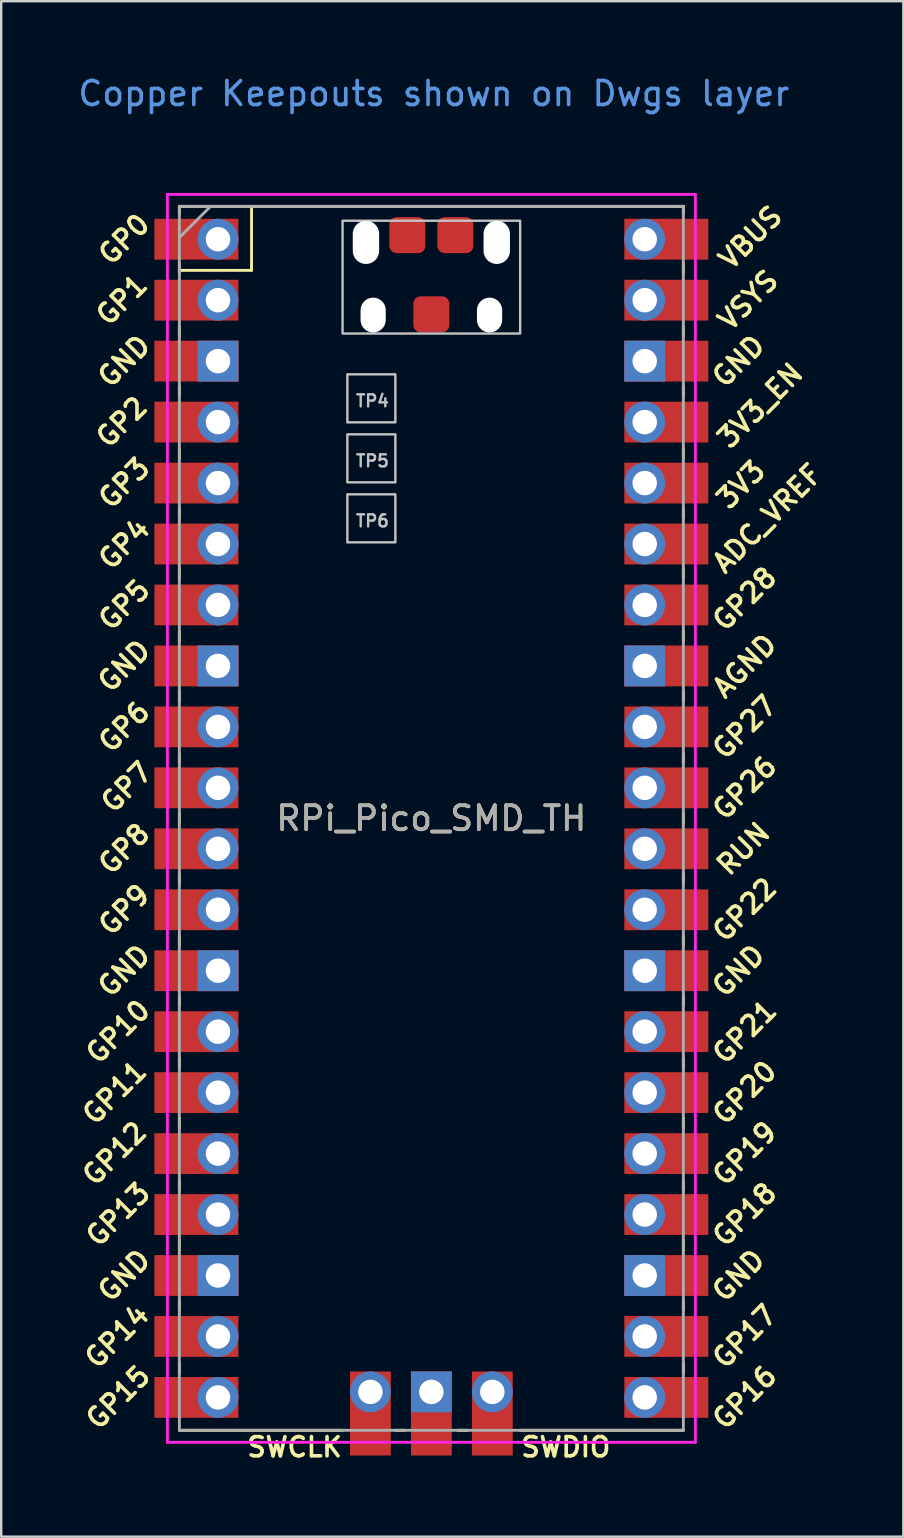
<source format=kicad_pcb>
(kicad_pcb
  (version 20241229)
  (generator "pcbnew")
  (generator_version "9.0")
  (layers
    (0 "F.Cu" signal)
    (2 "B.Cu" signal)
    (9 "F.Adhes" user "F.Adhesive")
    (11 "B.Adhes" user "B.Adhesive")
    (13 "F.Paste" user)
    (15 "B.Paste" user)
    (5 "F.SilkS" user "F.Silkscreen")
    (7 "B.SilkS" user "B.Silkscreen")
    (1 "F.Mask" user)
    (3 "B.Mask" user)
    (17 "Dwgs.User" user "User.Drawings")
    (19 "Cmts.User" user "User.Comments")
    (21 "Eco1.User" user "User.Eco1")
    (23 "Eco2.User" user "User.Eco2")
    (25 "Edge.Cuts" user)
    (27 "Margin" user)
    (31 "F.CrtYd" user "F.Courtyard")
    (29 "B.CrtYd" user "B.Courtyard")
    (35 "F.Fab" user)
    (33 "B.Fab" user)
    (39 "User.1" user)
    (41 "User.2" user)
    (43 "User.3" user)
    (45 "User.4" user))
  (footprint "RPi_Pico_SMD_TH"
    (layer "F.Cu")
    (at 14.924 31.048)
    (property "Reference" "RPi_Pico_SMD_TH" (at 0 0 0) (layer "F.SilkS") (effects (font (size 1 1) (thickness 0.15))))
    (fp_line (start -10.5 -25.5) (end -10.5 -25.2) (stroke (width 0.12) (type solid)) (layer "F.SilkS"))
    (fp_line (start -10.5 -25.5) (end 10.5 -25.5) (stroke (width 0.12) (type solid)) (layer "F.SilkS"))
    (fp_line (start -10.5 -23.1) (end -10.5 -22.7) (stroke (width 0.12) (type solid)) (layer "F.SilkS"))
    (fp_line (start -10.5 -22.833) (end -7.493 -22.833) (stroke (width 0.12) (type solid)) (layer "F.SilkS"))
    (fp_line (start -10.5 -20.5) (end -10.5 -20.1) (stroke (width 0.12) (type solid)) (layer "F.SilkS"))
    (fp_line (start -10.5 -18) (end -10.5 -17.6) (stroke (width 0.12) (type solid)) (layer "F.SilkS"))
    (fp_line (start -10.5 -15.4) (end -10.5 -15) (stroke (width 0.12) (type solid)) (layer "F.SilkS"))
    (fp_line (start -10.5 -12.9) (end -10.5 -12.5) (stroke (width 0.12) (type solid)) (layer "F.SilkS"))
    (fp_line (start -10.5 -10.4) (end -10.5 -10) (stroke (width 0.12) (type solid)) (layer "F.SilkS"))
    (fp_line (start -10.5 -7.8) (end -10.5 -7.4) (stroke (width 0.12) (type solid)) (layer "F.SilkS"))
    (fp_line (start -10.5 -5.3) (end -10.5 -4.9) (stroke (width 0.12) (type solid)) (layer "F.SilkS"))
    (fp_line (start -10.5 -2.7) (end -10.5 -2.3) (stroke (width 0.12) (type solid)) (layer "F.SilkS"))
    (fp_line (start -10.5 -0.2) (end -10.5 0.2) (stroke (width 0.12) (type solid)) (layer "F.SilkS"))
    (fp_line (start -10.5 2.3) (end -10.5 2.7) (stroke (width 0.12) (type solid)) (layer "F.SilkS"))
    (fp_line (start -10.5 4.9) (end -10.5 5.3) (stroke (width 0.12) (type solid)) (layer "F.SilkS"))
    (fp_line (start -10.5 7.4) (end -10.5 7.8) (stroke (width 0.12) (type solid)) (layer "F.SilkS"))
    (fp_line (start -10.5 10) (end -10.5 10.4) (stroke (width 0.12) (type solid)) (layer "F.SilkS"))
    (fp_line (start -10.5 12.5) (end -10.5 12.9) (stroke (width 0.12) (type solid)) (layer "F.SilkS"))
    (fp_line (start -10.5 15.1) (end -10.5 15.5) (stroke (width 0.12) (type solid)) (layer "F.SilkS"))
    (fp_line (start -10.5 17.6) (end -10.5 18) (stroke (width 0.12) (type solid)) (layer "F.SilkS"))
    (fp_line (start -10.5 20.1) (end -10.5 20.5) (stroke (width 0.12) (type solid)) (layer "F.SilkS"))
    (fp_line (start -10.5 22.7) (end -10.5 23.1) (stroke (width 0.12) (type solid)) (layer "F.SilkS"))
    (fp_line (start -7.493 -22.833) (end -7.493 -25.5) (stroke (width 0.12) (type solid)) (layer "F.SilkS"))
    (fp_line (start -3.7 25.5) (end -10.5 25.5) (stroke (width 0.12) (type solid)) (layer "F.SilkS"))
    (fp_line (start -1.5 25.5) (end -1.1 25.5) (stroke (width 0.12) (type solid)) (layer "F.SilkS"))
    (fp_line (start 1.1 25.5) (end 1.5 25.5) (stroke (width 0.12) (type solid)) (layer "F.SilkS"))
    (fp_line (start 10.5 -25.5) (end 10.5 -25.2) (stroke (width 0.12) (type solid)) (layer "F.SilkS"))
    (fp_line (start 10.5 -23.1) (end 10.5 -22.7) (stroke (width 0.12) (type solid)) (layer "F.SilkS"))
    (fp_line (start 10.5 -20.5) (end 10.5 -20.1) (stroke (width 0.12) (type solid)) (layer "F.SilkS"))
    (fp_line (start 10.5 -18) (end 10.5 -17.6) (stroke (width 0.12) (type solid)) (layer "F.SilkS"))
    (fp_line (start 10.5 -15.4) (end 10.5 -15) (stroke (width 0.12) (type solid)) (layer "F.SilkS"))
    (fp_line (start 10.5 -12.9) (end 10.5 -12.5) (stroke (width 0.12) (type solid)) (layer "F.SilkS"))
    (fp_line (start 10.5 -10.4) (end 10.5 -10) (stroke (width 0.12) (type solid)) (layer "F.SilkS"))
    (fp_line (start 10.5 -7.8) (end 10.5 -7.4) (stroke (width 0.12) (type solid)) (layer "F.SilkS"))
    (fp_line (start 10.5 -5.3) (end 10.5 -4.9) (stroke (width 0.12) (type solid)) (layer "F.SilkS"))
    (fp_line (start 10.5 -2.7) (end 10.5 -2.3) (stroke (width 0.12) (type solid)) (layer "F.SilkS"))
    (fp_line (start 10.5 -0.2) (end 10.5 0.2) (stroke (width 0.12) (type solid)) (layer "F.SilkS"))
    (fp_line (start 10.5 2.3) (end 10.5 2.7) (stroke (width 0.12) (type solid)) (layer "F.SilkS"))
    (fp_line (start 10.5 4.9) (end 10.5 5.3) (stroke (width 0.12) (type solid)) (layer "F.SilkS"))
    (fp_line (start 10.5 7.4) (end 10.5 7.8) (stroke (width 0.12) (type solid)) (layer "F.SilkS"))
    (fp_line (start 10.5 10) (end 10.5 10.4) (stroke (width 0.12) (type solid)) (layer "F.SilkS"))
    (fp_line (start 10.5 12.5) (end 10.5 12.9) (stroke (width 0.12) (type solid)) (layer "F.SilkS"))
    (fp_line (start 10.5 15.1) (end 10.5 15.5) (stroke (width 0.12) (type solid)) (layer "F.SilkS"))
    (fp_line (start 10.5 17.6) (end 10.5 18) (stroke (width 0.12) (type solid)) (layer "F.SilkS"))
    (fp_line (start 10.5 20.1) (end 10.5 20.5) (stroke (width 0.12) (type solid)) (layer "F.SilkS"))
    (fp_line (start 10.5 22.7) (end 10.5 23.1) (stroke (width 0.12) (type solid)) (layer "F.SilkS"))
    (fp_line (start 10.5 25.5) (end 3.7 25.5) (stroke (width 0.12) (type solid)) (layer "F.SilkS"))
    (fp_poly (pts (xy -1.5 -16.5) (xy -3.5 -16.5) (xy -3.5 -18.5) (xy -1.5 -18.5)) (stroke (width 0.1) (type solid)) (fill no) (layer "Dwgs.User"))
    (fp_poly (pts (xy -1.5 -14) (xy -3.5 -14) (xy -3.5 -16) (xy -1.5 -16)) (stroke (width 0.1) (type solid)) (fill no) (layer "Dwgs.User"))
    (fp_poly (pts (xy -1.5 -11.5) (xy -3.5 -11.5) (xy -3.5 -13.5) (xy -1.5 -13.5)) (stroke (width 0.1) (type solid)) (fill no) (layer "Dwgs.User"))
    (fp_poly (pts (xy 3.7 -20.2) (xy -3.7 -20.2) (xy -3.7 -24.9) (xy 3.7 -24.9)) (stroke (width 0.1) (type solid)) (fill no) (layer "Dwgs.User"))
    (fp_line (start -11 -26) (end 11 -26) (stroke (width 0.12) (type solid)) (layer "F.CrtYd"))
    (fp_line (start -11 26) (end -11 -26) (stroke (width 0.12) (type solid)) (layer "F.CrtYd"))
    (fp_line (start 11 -26) (end 11 26) (stroke (width 0.12) (type solid)) (layer "F.CrtYd"))
    (fp_line (start 11 26) (end -11 26) (stroke (width 0.12) (type solid)) (layer "F.CrtYd"))
    (fp_line (start -10.5 -25.5) (end 10.5 -25.5) (stroke (width 0.12) (type solid)) (layer "F.Fab"))
    (fp_line (start -10.5 -24.2) (end -9.2 -25.5) (stroke (width 0.12) (type solid)) (layer "F.Fab"))
    (fp_line (start -10.5 25.5) (end -10.5 -25.5) (stroke (width 0.12) (type solid)) (layer "F.Fab"))
    (fp_line (start 10.5 -25.5) (end 10.5 25.5) (stroke (width 0.12) (type solid)) (layer "F.Fab"))
    (fp_line (start 10.5 25.5) (end -10.5 25.5) (stroke (width 0.12) (type solid)) (layer "F.Fab"))
    (fp_text user "GP20" (at 13.054 11.43 45) (layer "F.SilkS") (effects (font (size 0.8 0.8) (thickness 0.15))))
    (fp_text user "GP26" (at 13.054 -1.27 45) (layer "F.SilkS") (effects (font (size 0.8 0.8) (thickness 0.15))))
    (fp_text user "GP15" (at -13.054 24.13 45) (layer "F.SilkS") (effects (font (size 0.8 0.8) (thickness 0.15))))
    (fp_text user "3V3_EN" (at 13.7 -17.2 45) (layer "F.SilkS") (effects (font (size 0.8 0.8) (thickness 0.15))))
    (fp_text user "GP9" (at -12.8 3.81 45) (layer "F.SilkS") (effects (font (size 0.8 0.8) (thickness 0.15))))
    (fp_text user "GP18" (at 13.054 16.51 45) (layer "F.SilkS") (effects (font (size 0.8 0.8) (thickness 0.15))))
    (fp_text user "VBUS" (at 13.3 -24.2 45) (layer "F.SilkS") (effects (font (size 0.8 0.8) (thickness 0.15))))
    (fp_text user "GP0" (at -12.8 -24.13 45) (layer "F.SilkS") (effects (font (size 0.8 0.8) (thickness 0.15))))
    (fp_text user "GP27" (at 13.054 -3.8 45) (layer "F.SilkS") (effects (font (size 0.8 0.8) (thickness 0.15))))
    (fp_text user "GND" (at -12.8 -19.05 45) (layer "F.SilkS") (effects (font (size 0.8 0.8) (thickness 0.15))))
    (fp_text user "GP12" (at -13.2 13.97 45) (layer "F.SilkS") (effects (font (size 0.8 0.8) (thickness 0.15))))
    (fp_text user "AGND" (at 13.054 -6.35 45) (layer "F.SilkS") (effects (font (size 0.8 0.8) (thickness 0.15))))
    (fp_text user "GP22" (at 13.054 3.81 45) (layer "F.SilkS") (effects (font (size 0.8 0.8) (thickness 0.15))))
    (fp_text user "SWDIO" (at 5.6 26.2 0) (layer "F.SilkS") (effects (font (size 0.8 0.8) (thickness 0.15))))
    (fp_text user "GP17" (at 13.054 21.59 45) (layer "F.SilkS") (effects (font (size 0.8 0.8) (thickness 0.15))))
    (fp_text user "GP11" (at -13.2 11.43 45) (layer "F.SilkS") (effects (font (size 0.8 0.8) (thickness 0.15))))
    (fp_text user "GP21" (at 13.054 8.9 45) (layer "F.SilkS") (effects (font (size 0.8 0.8) (thickness 0.15))))
    (fp_text user "GP1" (at -12.9 -21.6 45) (layer "F.SilkS") (effects (font (size 0.8 0.8) (thickness 0.15))))
    (fp_text user "GND" (at -12.8 -6.35 45) (layer "F.SilkS") (effects (font (size 0.8 0.8) (thickness 0.15))))
    (fp_text user "GP16" (at 13.054 24.13 45) (layer "F.SilkS") (effects (font (size 0.8 0.8) (thickness 0.15))))
    (fp_text user "ADC_VREF" (at 14 -12.5 45) (layer "F.SilkS") (effects (font (size 0.8 0.8) (thickness 0.15))))
    (fp_text user "GP5" (at -12.8 -8.89 45) (layer "F.SilkS") (effects (font (size 0.8 0.8) (thickness 0.15))))
    (fp_text user "GND" (at -12.8 19.05 45) (layer "F.SilkS") (effects (font (size 0.8 0.8) (thickness 0.15))))
    (fp_text user "GP6" (at -12.8 -3.81 45) (layer "F.SilkS") (effects (font (size 0.8 0.8) (thickness 0.15))))
    (fp_text user "GP28" (at 13.054 -9.144 45) (layer "F.SilkS") (effects (font (size 0.8 0.8) (thickness 0.15))))
    (fp_text user "GND" (at -12.8 6.35 45) (layer "F.SilkS") (effects (font (size 0.8 0.8) (thickness 0.15))))
    (fp_text user "GP10" (at -13.054 8.89 45) (layer "F.SilkS") (effects (font (size 0.8 0.8) (thickness 0.15))))
    (fp_text user "GP13" (at -13.054 16.51 45) (layer "F.SilkS") (effects (font (size 0.8 0.8) (thickness 0.15))))
    (fp_text user "GP3" (at -12.8 -13.97 45) (layer "F.SilkS") (effects (font (size 0.8 0.8) (thickness 0.15))))
    (fp_text user "3V3" (at 12.9 -13.9 45) (layer "F.SilkS") (effects (font (size 0.8 0.8) (thickness 0.15))))
    (fp_text user "RUN" (at 13 1.27 45) (layer "F.SilkS") (effects (font (size 0.8 0.8) (thickness 0.15))))
    (fp_text user "GND" (at 12.8 19.05 45) (layer "F.SilkS") (effects (font (size 0.8 0.8) (thickness 0.15))))
    (fp_text user "GND" (at 12.8 6.35 45) (layer "F.SilkS") (effects (font (size 0.8 0.8) (thickness 0.15))))
    (fp_text user "VSYS" (at 13.2 -21.59 45) (layer "F.SilkS") (effects (font (size 0.8 0.8) (thickness 0.15))))
    (fp_text user "GP14" (at -13.1 21.59 45) (layer "F.SilkS") (effects (font (size 0.8 0.8) (thickness 0.15))))
    (fp_text user "GP8" (at -12.8 1.27 45) (layer "F.SilkS") (effects (font (size 0.8 0.8) (thickness 0.15))))
    (fp_text user "GND" (at 12.8 -19.05 45) (layer "F.SilkS") (effects (font (size 0.8 0.8) (thickness 0.15))))
    (fp_text user "GP19" (at 13.054 13.97 45) (layer "F.SilkS") (effects (font (size 0.8 0.8) (thickness 0.15))))
    (fp_text user "GP4" (at -12.8 -11.43 45) (layer "F.SilkS") (effects (font (size 0.8 0.8) (thickness 0.15))))
    (fp_text user "SWCLK" (at -5.7 26.2 0) (layer "F.SilkS") (effects (font (size 0.8 0.8) (thickness 0.15))))
    (fp_text user "GP2" (at -12.9 -16.51 45) (layer "F.SilkS") (effects (font (size 0.8 0.8) (thickness 0.15))))
    (fp_text user "GP7" (at -12.7 -1.3 45) (layer "F.SilkS") (effects (font (size 0.8 0.8) (thickness 0.15))))
    (fp_text user "TP4" (at -3.2 -17.1 0) (unlocked yes) (layer "Dwgs.User") (effects (font (size 0.5 0.5) (thickness 0.1) (bold yes)) (justify left bottom)))
    (fp_text user "TP6" (at -3.2 -12.1 0) (unlocked yes) (layer "Dwgs.User") (effects (font (size 0.5 0.5) (thickness 0.1) (bold yes)) (justify left bottom)))
    (fp_text user "TP5" (at -3.2 -14.6 0) (unlocked yes) (layer "Dwgs.User") (effects (font (size 0.5 0.5) (thickness 0.1) (bold yes)) (justify left bottom)))
    (fp_text user "Copper Keepouts shown on Dwgs layer" (at 0.1 -30.2 0) (layer "Cmts.User") (effects (font (size 1 1) (thickness 0.15))))
    (fp_text user "${REFERENCE}" (at 0 0 180) (layer "F.Fab") (effects (font (size 1 1) (thickness 0.15))))
    (pad "" np_thru_hole oval (at -2.725 -24) (size 1.1 1.8) (drill oval 1.2 1.9) (layers "*.Cu" "*.Mask"))
    (pad "" np_thru_hole oval (at -2.425 -20.97) (size 1.05 1.45) (drill oval 1.15 1.55) (layers "*.Cu" "*.Mask"))
    (pad "" np_thru_hole oval (at 2.425 -20.97) (size 1.05 1.45) (drill oval 1.15 1.55) (layers "*.Cu" "*.Mask"))
    (pad "" np_thru_hole oval (at 2.725 -24) (size 1.1 1.8) (drill oval 1.2 1.9) (layers "*.Cu" "*.Mask"))
    (pad "1" thru_hole oval (at -8.89 -24.13) (size 1.7 1.7) (drill 1.02) (layers "*.Cu" "*.Mask"))
    (pad "1" smd rect (at -8.89 -24.13) (size 3.5 1.7) (drill (offset -0.9 0)) (layers "F.Cu" "F.Mask"))
    (pad "2" thru_hole oval (at -8.89 -21.59) (size 1.7 1.7) (drill 1.02) (layers "*.Cu" "*.Mask"))
    (pad "2" smd rect (at -8.89 -21.59) (size 3.5 1.7) (drill (offset -0.9 0)) (layers "F.Cu" "F.Mask"))
    (pad "3" thru_hole rect (at -8.89 -19.05) (size 1.7 1.7) (drill 1.02) (layers "*.Cu" "*.Mask"))
    (pad "3" smd rect (at -8.89 -19.05) (size 3.5 1.7) (drill (offset -0.9 0)) (layers "F.Cu" "F.Mask"))
    (pad "4" thru_hole oval (at -8.89 -16.51) (size 1.7 1.7) (drill 1.02) (layers "*.Cu" "*.Mask"))
    (pad "4" smd rect (at -8.89 -16.51) (size 3.5 1.7) (drill (offset -0.9 0)) (layers "F.Cu" "F.Mask"))
    (pad "5" thru_hole oval (at -8.89 -13.97) (size 1.7 1.7) (drill 1.02) (layers "*.Cu" "*.Mask"))
    (pad "5" smd rect (at -8.89 -13.97) (size 3.5 1.7) (drill (offset -0.9 0)) (layers "F.Cu" "F.Mask"))
    (pad "6" thru_hole oval (at -8.89 -11.43) (size 1.7 1.7) (drill 1.02) (layers "*.Cu" "*.Mask"))
    (pad "6" smd rect (at -8.89 -11.43) (size 3.5 1.7) (drill (offset -0.9 0)) (layers "F.Cu" "F.Mask"))
    (pad "7" thru_hole oval (at -8.89 -8.89) (size 1.7 1.7) (drill 1.02) (layers "*.Cu" "*.Mask"))
    (pad "7" smd rect (at -8.89 -8.89) (size 3.5 1.7) (drill (offset -0.9 0)) (layers "F.Cu" "F.Mask"))
    (pad "8" thru_hole rect (at -8.89 -6.35) (size 1.7 1.7) (drill 1.02) (layers "*.Cu" "*.Mask"))
    (pad "8" smd rect (at -8.89 -6.35) (size 3.5 1.7) (drill (offset -0.9 0)) (layers "F.Cu" "F.Mask"))
    (pad "9" thru_hole oval (at -8.89 -3.81) (size 1.7 1.7) (drill 1.02) (layers "*.Cu" "*.Mask"))
    (pad "9" smd rect (at -8.89 -3.81) (size 3.5 1.7) (drill (offset -0.9 0)) (layers "F.Cu" "F.Mask"))
    (pad "10" thru_hole oval (at -8.89 -1.27) (size 1.7 1.7) (drill 1.02) (layers "*.Cu" "*.Mask"))
    (pad "10" smd rect (at -8.89 -1.27) (size 3.5 1.7) (drill (offset -0.9 0)) (layers "F.Cu" "F.Mask"))
    (pad "11" thru_hole oval (at -8.89 1.27) (size 1.7 1.7) (drill 1.02) (layers "*.Cu" "*.Mask"))
    (pad "11" smd rect (at -8.89 1.27) (size 3.5 1.7) (drill (offset -0.9 0)) (layers "F.Cu" "F.Mask"))
    (pad "12" thru_hole oval (at -8.89 3.81) (size 1.7 1.7) (drill 1.02) (layers "*.Cu" "*.Mask"))
    (pad "12" smd rect (at -8.89 3.81) (size 3.5 1.7) (drill (offset -0.9 0)) (layers "F.Cu" "F.Mask"))
    (pad "13" thru_hole rect (at -8.89 6.35) (size 1.7 1.7) (drill 1.02) (layers "*.Cu" "*.Mask"))
    (pad "13" smd rect (at -8.89 6.35) (size 3.5 1.7) (drill (offset -0.9 0)) (layers "F.Cu" "F.Mask"))
    (pad "14" thru_hole oval (at -8.89 8.89) (size 1.7 1.7) (drill 1.02) (layers "*.Cu" "*.Mask"))
    (pad "14" smd rect (at -8.89 8.89) (size 3.5 1.7) (drill (offset -0.9 0)) (layers "F.Cu" "F.Mask"))
    (pad "15" thru_hole oval (at -8.89 11.43) (size 1.7 1.7) (drill 1.02) (layers "*.Cu" "*.Mask"))
    (pad "15" smd rect (at -8.89 11.43) (size 3.5 1.7) (drill (offset -0.9 0)) (layers "F.Cu" "F.Mask"))
    (pad "16" thru_hole oval (at -8.89 13.97) (size 1.7 1.7) (drill 1.02) (layers "*.Cu" "*.Mask"))
    (pad "16" smd rect (at -8.89 13.97) (size 3.5 1.7) (drill (offset -0.9 0)) (layers "F.Cu" "F.Mask"))
    (pad "17" thru_hole oval (at -8.89 16.51) (size 1.7 1.7) (drill 1.02) (layers "*.Cu" "*.Mask"))
    (pad "17" smd rect (at -8.89 16.51) (size 3.5 1.7) (drill (offset -0.9 0)) (layers "F.Cu" "F.Mask"))
    (pad "18" thru_hole rect (at -8.89 19.05) (size 1.7 1.7) (drill 1.02) (layers "*.Cu" "*.Mask"))
    (pad "18" smd rect (at -8.89 19.05) (size 3.5 1.7) (drill (offset -0.9 0)) (layers "F.Cu" "F.Mask"))
    (pad "19" thru_hole oval (at -8.89 21.59) (size 1.7 1.7) (drill 1.02) (layers "*.Cu" "*.Mask"))
    (pad "19" smd rect (at -8.89 21.59) (size 3.5 1.7) (drill (offset -0.9 0)) (layers "F.Cu" "F.Mask"))
    (pad "20" thru_hole oval (at -8.89 24.13) (size 1.7 1.7) (drill 1.02) (layers "*.Cu" "*.Mask"))
    (pad "20" smd rect (at -8.89 24.13) (size 3.5 1.7) (drill (offset -0.9 0)) (layers "F.Cu" "F.Mask"))
    (pad "21" thru_hole oval (at 8.89 24.13) (size 1.7 1.7) (drill 1.02) (layers "*.Cu" "*.Mask"))
    (pad "21" smd rect (at 8.89 24.13) (size 3.5 1.7) (drill (offset 0.9 0)) (layers "F.Cu" "F.Mask"))
    (pad "22" thru_hole oval (at 8.89 21.59) (size 1.7 1.7) (drill 1.02) (layers "*.Cu" "*.Mask"))
    (pad "22" smd rect (at 8.89 21.59) (size 3.5 1.7) (drill (offset 0.9 0)) (layers "F.Cu" "F.Mask"))
    (pad "23" thru_hole rect (at 8.89 19.05) (size 1.7 1.7) (drill 1.02) (layers "*.Cu" "*.Mask"))
    (pad "23" smd rect (at 8.89 19.05) (size 3.5 1.7) (drill (offset 0.9 0)) (layers "F.Cu" "F.Mask"))
    (pad "24" thru_hole oval (at 8.89 16.51) (size 1.7 1.7) (drill 1.02) (layers "*.Cu" "*.Mask"))
    (pad "24" smd rect (at 8.89 16.51) (size 3.5 1.7) (drill (offset 0.9 0)) (layers "F.Cu" "F.Mask"))
    (pad "25" thru_hole oval (at 8.89 13.97) (size 1.7 1.7) (drill 1.02) (layers "*.Cu" "*.Mask"))
    (pad "25" smd rect (at 8.89 13.97) (size 3.5 1.7) (drill (offset 0.9 0)) (layers "F.Cu" "F.Mask"))
    (pad "26" thru_hole oval (at 8.89 11.43) (size 1.7 1.7) (drill 1.02) (layers "*.Cu" "*.Mask"))
    (pad "26" smd rect (at 8.89 11.43) (size 3.5 1.7) (drill (offset 0.9 0)) (layers "F.Cu" "F.Mask"))
    (pad "27" thru_hole oval (at 8.89 8.89) (size 1.7 1.7) (drill 1.02) (layers "*.Cu" "*.Mask"))
    (pad "27" smd rect (at 8.89 8.89) (size 3.5 1.7) (drill (offset 0.9 0)) (layers "F.Cu" "F.Mask"))
    (pad "28" thru_hole rect (at 8.89 6.35) (size 1.7 1.7) (drill 1.02) (layers "*.Cu" "*.Mask"))
    (pad "28" smd rect (at 8.89 6.35) (size 3.5 1.7) (drill (offset 0.9 0)) (layers "F.Cu" "F.Mask"))
    (pad "29" thru_hole oval (at 8.89 3.81) (size 1.7 1.7) (drill 1.02) (layers "*.Cu" "*.Mask"))
    (pad "29" smd rect (at 8.89 3.81) (size 3.5 1.7) (drill (offset 0.9 0)) (layers "F.Cu" "F.Mask"))
    (pad "30" thru_hole oval (at 8.89 1.27) (size 1.7 1.7) (drill 1.02) (layers "*.Cu" "*.Mask"))
    (pad "30" smd rect (at 8.89 1.27) (size 3.5 1.7) (drill (offset 0.9 0)) (layers "F.Cu" "F.Mask"))
    (pad "31" thru_hole oval (at 8.89 -1.27) (size 1.7 1.7) (drill 1.02) (layers "*.Cu" "*.Mask"))
    (pad "31" smd rect (at 8.89 -1.27) (size 3.5 1.7) (drill (offset 0.9 0)) (layers "F.Cu" "F.Mask"))
    (pad "32" thru_hole oval (at 8.89 -3.81) (size 1.7 1.7) (drill 1.02) (layers "*.Cu" "*.Mask"))
    (pad "32" smd rect (at 8.89 -3.81) (size 3.5 1.7) (drill (offset 0.9 0)) (layers "F.Cu" "F.Mask"))
    (pad "33" thru_hole rect (at 8.89 -6.35) (size 1.7 1.7) (drill 1.02) (layers "*.Cu" "*.Mask"))
    (pad "33" smd rect (at 8.89 -6.35) (size 3.5 1.7) (drill (offset 0.9 0)) (layers "F.Cu" "F.Mask"))
    (pad "34" thru_hole oval (at 8.89 -8.89) (size 1.7 1.7) (drill 1.02) (layers "*.Cu" "*.Mask"))
    (pad "34" smd rect (at 8.89 -8.89) (size 3.5 1.7) (drill (offset 0.9 0)) (layers "F.Cu" "F.Mask"))
    (pad "35" thru_hole oval (at 8.89 -11.43) (size 1.7 1.7) (drill 1.02) (layers "*.Cu" "*.Mask"))
    (pad "35" smd rect (at 8.89 -11.43) (size 3.5 1.7) (drill (offset 0.9 0)) (layers "F.Cu" "F.Mask"))
    (pad "36" thru_hole oval (at 8.89 -13.97) (size 1.7 1.7) (drill 1.02) (layers "*.Cu" "*.Mask"))
    (pad "36" smd rect (at 8.89 -13.97) (size 3.5 1.7) (drill (offset 0.9 0)) (layers "F.Cu" "F.Mask"))
    (pad "37" thru_hole oval (at 8.89 -16.51) (size 1.7 1.7) (drill 1.02) (layers "*.Cu" "*.Mask"))
    (pad "37" smd rect (at 8.89 -16.51) (size 3.5 1.7) (drill (offset 0.9 0)) (layers "F.Cu" "F.Mask"))
    (pad "38" thru_hole rect (at 8.89 -19.05) (size 1.7 1.7) (drill 1.02) (layers "*.Cu" "*.Mask"))
    (pad "38" smd rect (at 8.89 -19.05) (size 3.5 1.7) (drill (offset 0.9 0)) (layers "F.Cu" "F.Mask"))
    (pad "39" thru_hole oval (at 8.89 -21.59) (size 1.7 1.7) (drill 1.02) (layers "*.Cu" "*.Mask"))
    (pad "39" smd rect (at 8.89 -21.59) (size 3.5 1.7) (drill (offset 0.9 0)) (layers "F.Cu" "F.Mask"))
    (pad "40" thru_hole oval (at 8.89 -24.13) (size 1.7 1.7) (drill 1.02) (layers "*.Cu" "*.Mask"))
    (pad "40" smd rect (at 8.89 -24.13) (size 3.5 1.7) (drill (offset 0.9 0)) (layers "F.Cu" "F.Mask"))
    (pad "41" thru_hole oval (at -2.54 23.9) (size 1.7 1.7) (drill 1.02) (layers "*.Cu" "*.Mask"))
    (pad "41" smd rect (at -2.54 23.9 90) (size 3.5 1.7) (drill (offset -0.9 0)) (layers "F.Cu" "F.Mask"))
    (pad "42" thru_hole rect (at 0 23.9) (size 1.7 1.7) (drill 1.02) (layers "*.Cu" "*.Mask"))
    (pad "42" smd rect (at 0 23.9 90) (size 3.5 1.7) (drill (offset -0.9 0)) (layers "F.Cu" "F.Mask"))
    (pad "43" thru_hole oval (at 2.54 23.9) (size 1.7 1.7) (drill 1.02) (layers "*.Cu" "*.Mask"))
    (pad "43" smd rect (at 2.54 23.9 90) (size 3.5 1.7) (drill (offset -0.9 0)) (layers "F.Cu" "F.Mask"))
    (pad "TP1" smd roundrect (at 0 -21) (size 1.5 1.5) (layers "F.Cu" "F.Mask" "F.Paste") (roundrect_rratio 0.2))
    (pad "TP2" smd roundrect (at 1 -24.3) (size 1.5 1.5) (layers "F.Cu" "F.Mask" "F.Paste") (roundrect_rratio 0.2))
    (pad "TP3" smd roundrect (at -1 -24.3) (size 1.5 1.5) (layers "F.Cu" "F.Mask" "F.Paste") (roundrect_rratio 0.2)))
  (gr_rect
    (start -3 -3)
    (end 34.591 60.98)
    (stroke (width 0.1) (type default))
    (fill no)
    (layer "Edge.Cuts")))
</source>
